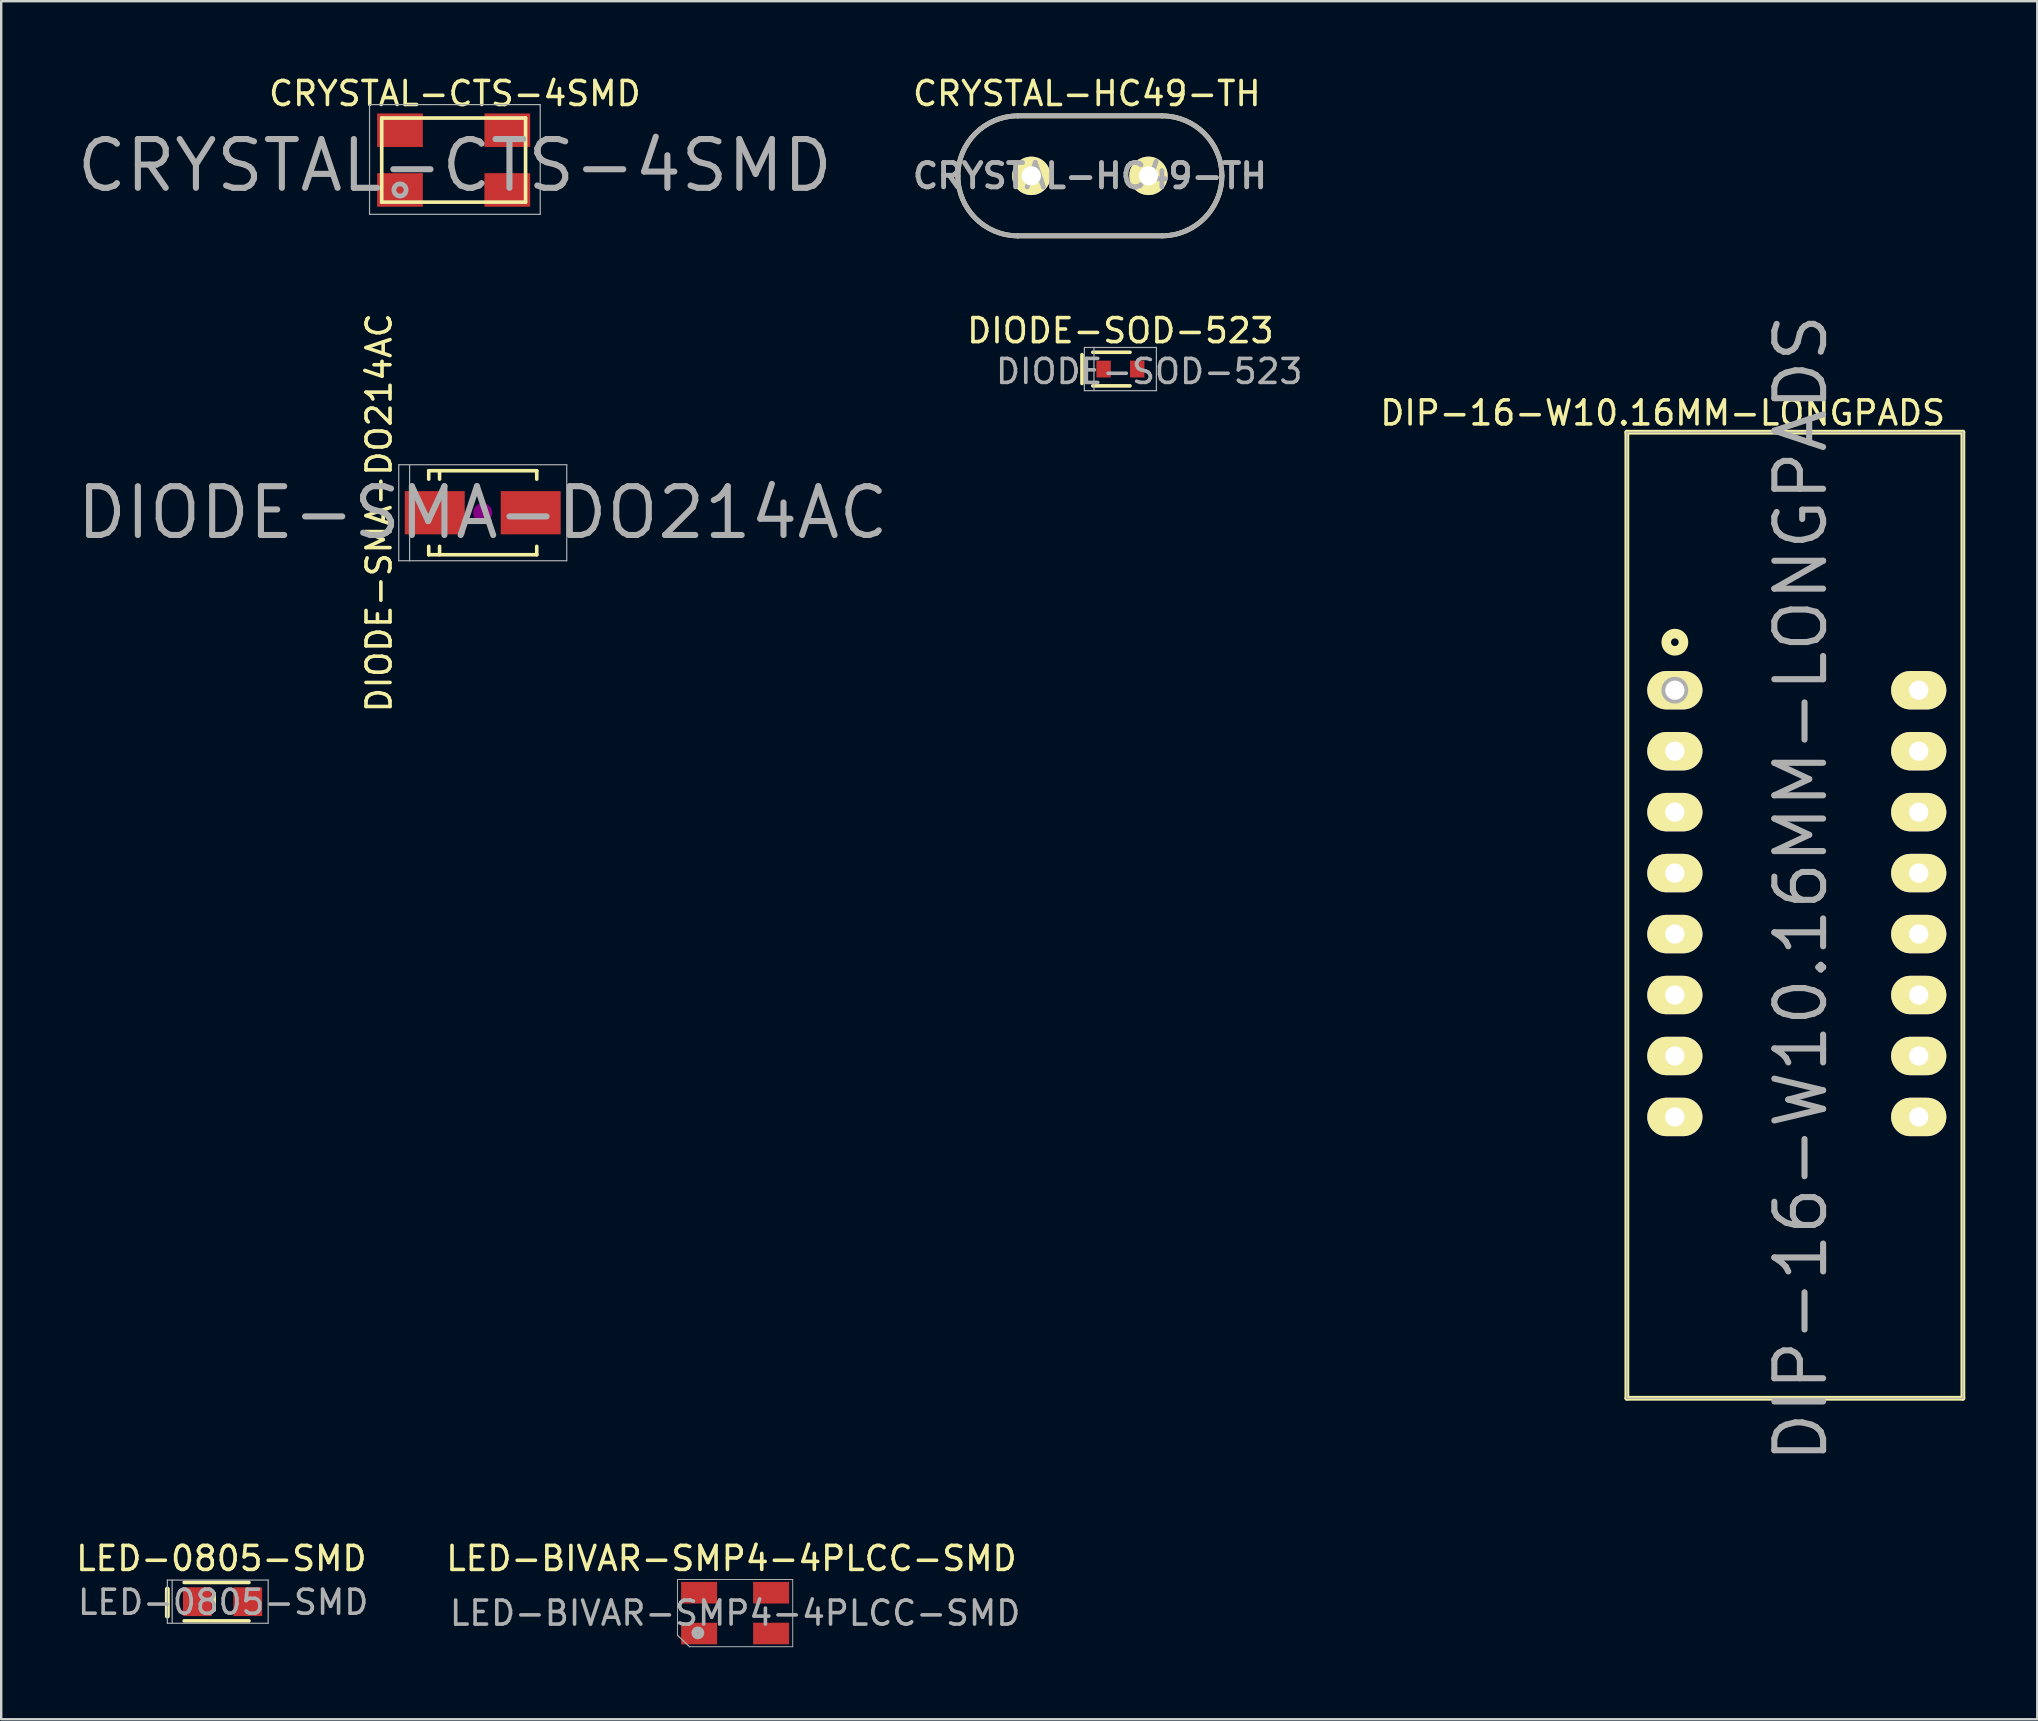
<source format=kicad_pcb>
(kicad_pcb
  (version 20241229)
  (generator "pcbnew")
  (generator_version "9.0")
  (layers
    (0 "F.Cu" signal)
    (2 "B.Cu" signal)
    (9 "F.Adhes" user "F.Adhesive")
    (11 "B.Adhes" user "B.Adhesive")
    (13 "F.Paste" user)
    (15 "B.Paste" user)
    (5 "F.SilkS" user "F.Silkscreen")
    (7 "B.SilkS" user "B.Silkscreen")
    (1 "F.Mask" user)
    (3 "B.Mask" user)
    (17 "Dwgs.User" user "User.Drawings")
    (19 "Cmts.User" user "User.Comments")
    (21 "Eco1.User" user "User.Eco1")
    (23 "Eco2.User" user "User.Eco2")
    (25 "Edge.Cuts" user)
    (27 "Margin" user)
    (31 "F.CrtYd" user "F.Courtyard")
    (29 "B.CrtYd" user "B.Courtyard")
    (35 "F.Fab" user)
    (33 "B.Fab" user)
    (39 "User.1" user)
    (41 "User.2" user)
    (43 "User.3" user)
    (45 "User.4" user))
  (footprint "CRYSTAL-HC49-TH"
    (layer "F.Cu")
    (at 42.36 4.277)
    (property "Reference" "CRYSTAL-HC49-TH" (at 0 0 0) (layer "F.Fab") (effects (font (size 1.016 1.016) (thickness 0.203))))
    (attr through_hole)
    (fp_line (start -3 -2.5) (end 3 -2.5) (stroke (width 0.203) (type solid)) (layer "F.SilkS"))
    (fp_line (start 3 2.5) (end -3 2.5) (stroke (width 0.203) (type solid)) (layer "F.SilkS"))
    (fp_arc (start -5.5 0) (mid -4.767767 -1.767767) (end -3 -2.5) (stroke (width 0.2032) (type solid)) (layer "F.SilkS"))
    (fp_arc (start -3 2.5) (mid -4.767767 1.767767) (end -5.5 0) (stroke (width 0.2032) (type solid)) (layer "F.SilkS"))
    (fp_arc (start 3 -2.5) (mid 4.767767 -1.767767) (end 5.5 0) (stroke (width 0.2032) (type solid)) (layer "F.SilkS"))
    (fp_arc (start 5.5 0) (mid 4.767767 1.767767) (end 3 2.5) (stroke (width 0.2032) (type solid)) (layer "F.SilkS"))
    (fp_line (start -3 -2.5) (end 3 -2.5) (stroke (width 0.203) (type solid)) (layer "F.Fab"))
    (fp_line (start 3 2.5) (end -3 2.5) (stroke (width 0.203) (type solid)) (layer "F.Fab"))
    (fp_arc (start -5.5 0) (mid -4.767767 -1.767767) (end -3 -2.5) (stroke (width 0.2032) (type solid)) (layer "F.Fab"))
    (fp_arc (start -3 2.5) (mid -4.767767 1.767767) (end -5.5 0) (stroke (width 0.2032) (type solid)) (layer "F.Fab"))
    (fp_arc (start 3 -2.5) (mid 4.767767 -1.767767) (end 5.5 0) (stroke (width 0.2032) (type solid)) (layer "F.Fab"))
    (fp_arc (start 5.5 0) (mid 4.767767 1.767767) (end 3 2.5) (stroke (width 0.2032) (type solid)) (layer "F.Fab"))
    (fp_text user "${REFERENCE}" (at -0.127 -3.429 0) (layer "F.SilkS") (effects (font (size 1 1) (thickness 0.15))))
    (pad "1" thru_hole circle (at -2.44 0) (size 1.6 1.6) (drill 0.8) (layers "*.Cu" "*.Mask" "F.SilkS"))
    (pad "2" thru_hole circle (at 2.44 0) (size 1.6 1.6) (drill 0.8) (layers "*.Cu" "*.Mask" "F.SilkS")))
  (footprint "LED-BIVAR-SMP4-4PLCC-SMD"
    (layer "F.Cu")
    (at 27.426 64.083)
    (property "Reference" "LED-BIVAR-SMP4-4PLCC-SMD" (at 0.152 0.077 180) (layer "F.Fab") (effects (font (size 1 1) (thickness 0.15))))
    (attr through_hole)
    (fp_line (start -2.25 1) (end -2.248 -1.323) (stroke (width 0.041) (type solid)) (layer "F.Fab"))
    (fp_line (start -2.25 1) (end -1.75 1.475) (stroke (width 0.05) (type solid)) (layer "F.Fab"))
    (fp_line (start -2.248 -1.323) (end 2.552 -1.323) (stroke (width 0.041) (type solid)) (layer "F.Fab"))
    (fp_line (start -1.75 1.475) (end 2.552 1.477) (stroke (width 0.041) (type solid)) (layer "F.Fab"))
    (fp_line (start 2.552 1.477) (end 2.552 -1.323) (stroke (width 0.041) (type solid)) (layer "F.Fab"))
    (fp_circle (center -1.4 0.9) (end -1.3 1) (stroke (width 0.254) (type solid)) (fill no) (layer "F.Fab"))
    (fp_text user "${REFERENCE}" (at 0 -2.2 0) (layer "F.SilkS") (effects (font (size 1 1) (thickness 0.15))))
    (pad "1" smd rect (at -1.348 0.927 180) (size 1.5 0.9) (layers "F.Cu" "F.Mask" "F.Paste"))
    (pad "2" smd rect (at 1.652 0.927 180) (size 1.5 0.9) (layers "F.Cu" "F.Mask" "F.Paste"))
    (pad "3" smd rect (at -1.348 -0.773 180) (size 1.5 0.9) (layers "F.Cu" "F.Mask" "F.Paste"))
    (pad "4" smd rect (at 1.652 -0.773 180) (size 1.5 0.9) (layers "F.Cu" "F.Mask" "F.Paste")))
  (footprint "DIP-16-W10.16MM-LONGPADS"
    (layer "F.Cu")
    (at 66.732 25.707)
    (property "Reference" "DIP-16-W10.16MM-LONGPADS" (at 5.25 8.25 90) (layer "F.Fab") (effects (font (size 2.032 2.032) (thickness 0.254))))
    (attr through_hole)
    (fp_line (start -2 -10.75) (end -2 29.5) (stroke (width 0.2) (type solid)) (layer "F.SilkS"))
    (fp_line (start -2 -10.75) (end 12 -10.75) (stroke (width 0.2) (type solid)) (layer "F.SilkS"))
    (fp_line (start 12 -10.75) (end 12 29.5) (stroke (width 0.2) (type solid)) (layer "F.SilkS"))
    (fp_line (start 12 29.5) (end -2 29.5) (stroke (width 0.2) (type solid)) (layer "F.SilkS"))
    (fp_circle (center 0 -2) (end 0.254 -1.746) (stroke (width 0.4) (type solid)) (fill no) (layer "F.SilkS"))
    (fp_line (start -2 -10.75) (end -2 29.5) (stroke (width 0.05) (type solid)) (layer "F.Fab"))
    (fp_line (start -2 -10.75) (end 12 -10.75) (stroke (width 0.05) (type solid)) (layer "F.Fab"))
    (fp_line (start -2 29.5) (end 12 29.5) (stroke (width 0.05) (type solid)) (layer "F.Fab"))
    (fp_line (start 12 -10.75) (end 12 29.5) (stroke (width 0.05) (type solid)) (layer "F.Fab"))
    (fp_circle (center 0 0) (end 0.254 0.254) (stroke (width 0.4) (type solid)) (fill no) (layer "F.Fab"))
    (fp_text user "${REFERENCE}" (at -0.508 -11.552 0) (layer "F.SilkS") (effects (font (size 1 1) (thickness 0.15))))
    (pad "1" thru_hole oval (at 0 0) (size 2.3 1.6) (drill 0.8) (layers "*.Cu" "*.Mask" "F.SilkS"))
    (pad "2" thru_hole oval (at 0 2.54) (size 2.3 1.6) (drill 0.8) (layers "*.Cu" "*.Mask" "F.SilkS"))
    (pad "3" thru_hole oval (at 0 5.08) (size 2.3 1.6) (drill 0.8) (layers "*.Cu" "*.Mask" "F.SilkS"))
    (pad "4" thru_hole oval (at 0 7.62) (size 2.3 1.6) (drill 0.8) (layers "*.Cu" "*.Mask" "F.SilkS"))
    (pad "5" thru_hole oval (at 0 10.16) (size 2.3 1.6) (drill 0.8) (layers "*.Cu" "*.Mask" "F.SilkS"))
    (pad "6" thru_hole oval (at 0 12.7) (size 2.3 1.6) (drill 0.8) (layers "*.Cu" "*.Mask" "F.SilkS"))
    (pad "7" thru_hole oval (at 0 15.24) (size 2.3 1.6) (drill 0.8) (layers "*.Cu" "*.Mask" "F.SilkS"))
    (pad "8" thru_hole oval (at 0 17.78) (size 2.3 1.6) (drill 0.8) (layers "*.Cu" "*.Mask" "F.SilkS"))
    (pad "9" thru_hole oval (at 10.16 17.78) (size 2.3 1.6) (drill 0.8) (layers "*.Cu" "*.Mask" "F.SilkS"))
    (pad "10" thru_hole oval (at 10.16 15.24) (size 2.3 1.6) (drill 0.8) (layers "*.Cu" "*.Mask" "F.SilkS"))
    (pad "11" thru_hole oval (at 10.16 12.7) (size 2.3 1.6) (drill 0.8) (layers "*.Cu" "*.Mask" "F.SilkS"))
    (pad "12" thru_hole oval (at 10.16 10.16) (size 2.3 1.6) (drill 0.8) (layers "*.Cu" "*.Mask" "F.SilkS"))
    (pad "13" thru_hole oval (at 10.16 7.62) (size 2.3 1.6) (drill 0.8) (layers "*.Cu" "*.Mask" "F.SilkS"))
    (pad "14" thru_hole oval (at 10.16 5.08) (size 2.3 1.6) (drill 0.8) (layers "*.Cu" "*.Mask" "F.SilkS"))
    (pad "15" thru_hole oval (at 10.16 2.54) (size 2.3 1.6) (drill 0.8) (layers "*.Cu" "*.Mask" "F.SilkS"))
    (pad "16" thru_hole oval (at 10.16 0) (size 2.3 1.6) (drill 0.8) (layers "*.Cu" "*.Mask" "F.SilkS")))
  (footprint "DIODE-SOD-523"
    (layer "F.Cu")
    (at 43.631 12.327)
    (property "Reference" "DIODE-SOD-523" (at 1.2 0.1 0) (layer "F.Fab") (effects (font (size 1 1) (thickness 0.15))))
    (attr smd)
    (fp_line (start -1.6 0.6) (end -1.6 -0.6) (stroke (width 0.152) (type solid)) (layer "F.SilkS"))
    (fp_line (start 0.4 -0.7) (end -1.15 -0.7) (stroke (width 0.15) (type solid)) (layer "F.SilkS"))
    (fp_line (start 0.4 0.7) (end -1.15 0.7) (stroke (width 0.15) (type solid)) (layer "F.SilkS"))
    (fp_line (start -1.5 -0.9) (end -1.5 0.9) (stroke (width 0.051) (type solid)) (layer "F.Fab"))
    (fp_line (start -1.5 0.9) (end 1.5 0.9) (stroke (width 0.051) (type solid)) (layer "F.Fab"))
    (fp_line (start -1.1 0.9) (end -1.1 -0.9) (stroke (width 0.051) (type solid)) (layer "F.Fab"))
    (fp_line (start 1.5 -0.9) (end -1.5 -0.9) (stroke (width 0.051) (type solid)) (layer "F.Fab"))
    (fp_line (start 1.5 0.9) (end 1.5 -0.9) (stroke (width 0.051) (type solid)) (layer "F.Fab"))
    (fp_text user "${REFERENCE}" (at 0 -1.6 0) (layer "F.SilkS") (effects (font (size 1 1) (thickness 0.15))))
    (pad "1" smd rect (at -0.7 0 180) (size 0.6 0.7) (layers "F.Cu" "F.Mask" "F.Paste"))
    (pad "2" smd rect (at 0.7 0 180) (size 0.6 0.7) (layers "F.Cu" "F.Mask" "F.Paste")))
  (footprint "DIODE-SMA-DO214AC"
    (layer "F.Cu")
    (at 17.063 18.313)
    (property "Reference" "DIODE-SMA-DO214AC" (at 0 0 0) (layer "F.Fab") (effects (font (size 2.032 2.032) (thickness 0.254))))
    (attr smd)
    (fp_line (start -2.25 -1.75) (end -2.25 -1.4) (stroke (width 0.15) (type solid)) (layer "F.SilkS"))
    (fp_line (start -2.25 -1.75) (end 2.25 -1.75) (stroke (width 0.15) (type solid)) (layer "F.SilkS"))
    (fp_line (start -2.25 1.75) (end -2.25 1.4) (stroke (width 0.15) (type solid)) (layer "F.SilkS"))
    (fp_line (start -2.25 1.75) (end 2.25 1.75) (stroke (width 0.15) (type solid)) (layer "F.SilkS"))
    (fp_line (start -1.799 -1.75) (end -1.799 -1.4) (stroke (width 0.15) (type solid)) (layer "F.SilkS"))
    (fp_line (start -1.799 1.75) (end -1.799 1.4) (stroke (width 0.15) (type solid)) (layer "F.SilkS"))
    (fp_line (start 2.25 -1.75) (end 2.25 -1.4) (stroke (width 0.15) (type solid)) (layer "F.SilkS"))
    (fp_line (start 2.25 1.75) (end 2.25 1.4) (stroke (width 0.15) (type solid)) (layer "F.SilkS"))
    (fp_circle (center 0 0) (end 0.201 -0.051) (stroke (width 0.381) (type solid)) (fill no) (layer "F.Adhes"))
    (fp_line (start -3.5 -2) (end 3.5 -2) (stroke (width 0.05) (type solid)) (layer "F.Fab"))
    (fp_line (start -3.5 2) (end -3.5 -2) (stroke (width 0.05) (type solid)) (layer "F.Fab"))
    (fp_line (start -3.048 -1.981) (end -3.048 2.007) (stroke (width 0.051) (type solid)) (layer "F.Fab"))
    (fp_line (start 3.5 -2) (end 3.5 2) (stroke (width 0.05) (type solid)) (layer "F.Fab"))
    (fp_line (start 3.5 2) (end -3.5 2) (stroke (width 0.05) (type solid)) (layer "F.Fab"))
    (fp_text user "${REFERENCE}" (at -4.318 0 90) (layer "F.SilkS") (effects (font (size 1 1) (thickness 0.15))))
    (pad "1" smd rect (at -1.999 0) (size 2.499 1.801) (layers "F.Cu" "F.Mask" "F.Paste"))
    (pad "2" smd rect (at 1.999 0) (size 2.499 1.801) (layers "F.Cu" "F.Mask" "F.Paste")))
  (footprint "LED-0805-SMD"
    (layer "F.Cu")
    (at 6.223 63.683)
    (property "Reference" "LED-0805-SMD" (at 0.025 0.025 0) (layer "F.Fab") (effects (font (size 1 1) (thickness 0.15))))
    (attr smd)
    (fp_line (start -2.3 -0.525) (end -2.3 0.6) (stroke (width 0.203) (type solid)) (layer "F.SilkS"))
    (fp_line (start -1.6 -0.8) (end 1.1 -0.8) (stroke (width 0.15) (type solid)) (layer "F.SilkS"))
    (fp_line (start -1.6 0.8) (end 1.1 0.8) (stroke (width 0.15) (type solid)) (layer "F.SilkS"))
    (fp_line (start -0.35 -0.35) (end -0.35 0.35) (stroke (width 0.15) (type solid)) (layer "F.SilkS"))
    (fp_line (start -2.3 -0.9) (end -2.3 0.9) (stroke (width 0.05) (type solid)) (layer "F.Fab"))
    (fp_line (start -2.3 0.9) (end 1.9 0.9) (stroke (width 0.05) (type solid)) (layer "F.Fab"))
    (fp_line (start -2.1 -0.9) (end -2.1 0.9) (stroke (width 0.05) (type solid)) (layer "F.Fab"))
    (fp_line (start 1.9 -0.9) (end -2.3 -0.9) (stroke (width 0.05) (type solid)) (layer "F.Fab"))
    (fp_line (start 1.9 0.9) (end 1.9 -0.9) (stroke (width 0.05) (type solid)) (layer "F.Fab"))
    (fp_text user "${REFERENCE}" (at -0.05 -1.8 0) (layer "F.SilkS") (effects (font (size 1 1) (thickness 0.15))))
    (pad "1" smd rect (at -1.049 0 180) (size 1.199 1.199) (layers "F.Cu" "F.Mask" "F.Paste"))
    (pad "2" smd rect (at 1.049 0 180) (size 1.199 1.199) (layers "F.Cu" "F.Mask" "F.Paste")))
  (footprint "CRYSTAL-CTS-4SMD"
    (layer "F.Cu")
    (at 15.902 3.848)
    (property "Reference" "CRYSTAL-CTS-4SMD" (at 0 0 0) (layer "F.Fab") (effects (font (size 2.032 2.032) (thickness 0.254))))
    (attr through_hole)
    (fp_line (start -3.048 -1.981) (end 2.946 -1.981) (stroke (width 0.152) (type solid)) (layer "F.SilkS"))
    (fp_line (start -3.048 1.524) (end -3.048 -1.981) (stroke (width 0.152) (type solid)) (layer "F.SilkS"))
    (fp_line (start -3.048 1.524) (end 2.946 1.524) (stroke (width 0.152) (type solid)) (layer "F.SilkS"))
    (fp_line (start 2.946 1.524) (end 2.946 -1.981) (stroke (width 0.152) (type solid)) (layer "F.SilkS"))
    (fp_line (start -3.556 -2.54) (end 3.556 -2.54) (stroke (width 0.05) (type solid)) (layer "F.Fab"))
    (fp_line (start -3.556 2.032) (end -3.556 -2.54) (stroke (width 0.05) (type solid)) (layer "F.Fab"))
    (fp_line (start 3.556 -2.54) (end 3.556 2.032) (stroke (width 0.05) (type solid)) (layer "F.Fab"))
    (fp_line (start 3.556 2.032) (end -3.556 2.032) (stroke (width 0.05) (type solid)) (layer "F.Fab"))
    (fp_circle (center -2.286 1.016) (end -2.032 1.016) (stroke (width 0.2) (type solid)) (fill no) (layer "F.Fab"))
    (fp_text user "${REFERENCE}" (at 0 -3 0) (layer "F.SilkS") (effects (font (size 1 1) (thickness 0.15))))
    (pad "1" smd rect (at -2.286 1.016) (size 1.905 1.397) (layers "F.Cu" "F.Mask" "F.Paste"))
    (pad "2" smd rect (at 2.184 1.016) (size 1.905 1.397) (layers "F.Cu" "F.Mask" "F.Paste"))
    (pad "3" smd rect (at 2.184 -1.473) (size 1.905 1.397) (layers "F.Cu" "F.Mask" "F.Paste"))
    (pad "4" smd rect (at -2.286 -1.473) (size 1.905 1.397) (layers "F.Cu" "F.Mask" "F.Paste")))
  (gr_rect
    (start -3 -3)
    (end 81.832 68.583)
    (stroke (width 0.1) (type default))
    (fill no)
    (layer "Edge.Cuts")))
</source>
